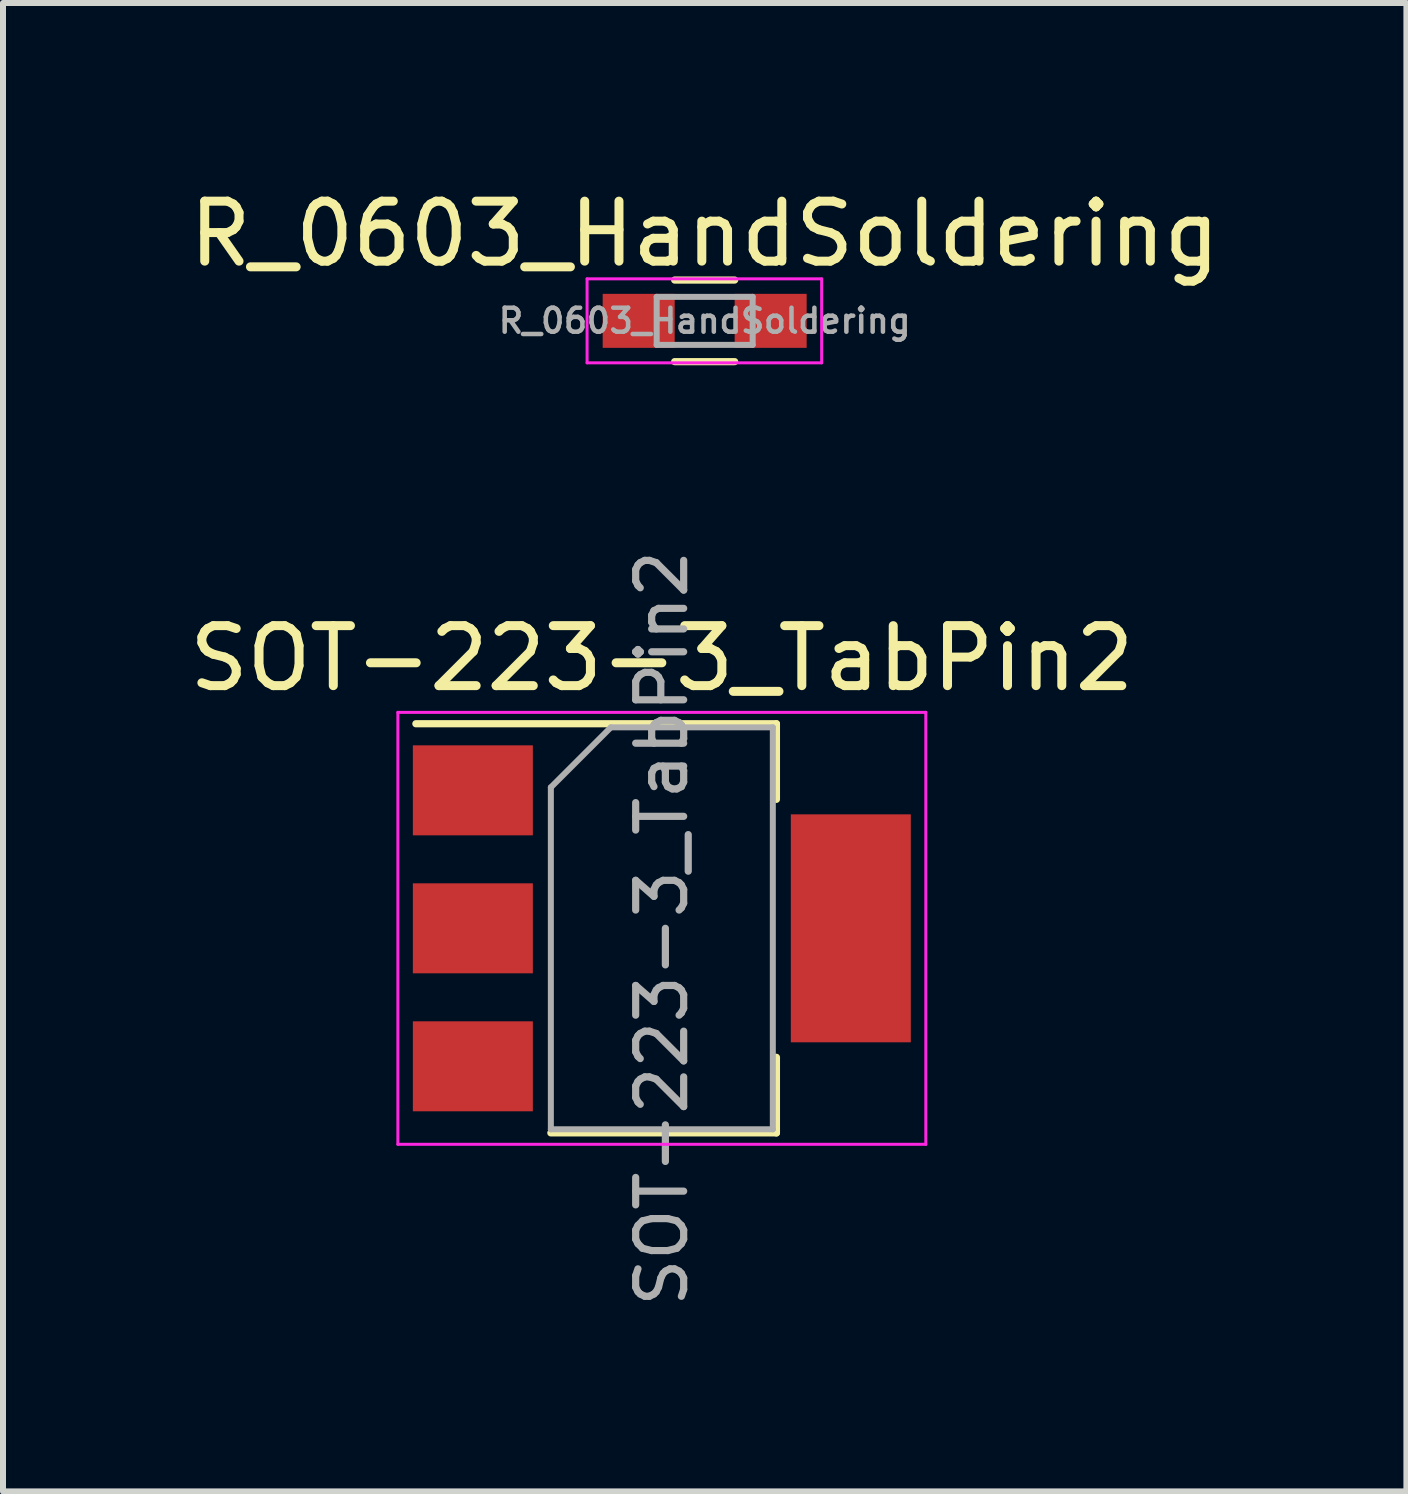
<source format=kicad_pcb>
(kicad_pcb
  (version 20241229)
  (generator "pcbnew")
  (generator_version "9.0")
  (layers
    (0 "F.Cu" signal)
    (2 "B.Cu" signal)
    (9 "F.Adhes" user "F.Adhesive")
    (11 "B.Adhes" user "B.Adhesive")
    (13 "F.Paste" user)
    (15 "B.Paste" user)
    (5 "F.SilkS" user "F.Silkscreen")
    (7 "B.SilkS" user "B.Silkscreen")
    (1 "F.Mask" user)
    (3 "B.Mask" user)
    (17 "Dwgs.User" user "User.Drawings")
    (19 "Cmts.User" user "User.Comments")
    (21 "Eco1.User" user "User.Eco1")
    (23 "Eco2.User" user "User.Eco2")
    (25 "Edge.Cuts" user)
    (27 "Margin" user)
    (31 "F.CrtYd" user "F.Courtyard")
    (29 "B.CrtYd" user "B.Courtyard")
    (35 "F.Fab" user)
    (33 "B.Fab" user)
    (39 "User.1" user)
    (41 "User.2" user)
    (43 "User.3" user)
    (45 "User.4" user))
  (footprint "SOT-223-3_TabPin2"
    (layer "F.Cu")
    (at 7.982 12.424)
    (property "Reference" "SOT-223-3_TabPin2" (at 0 -4.5 0) (layer "F.SilkS") (effects (font (size 1 1) (thickness 0.15))))
    (attr smd)
    (fp_line (start -4.1 -3.41) (end 1.91 -3.41) (stroke (width 0.12) (type solid)) (layer "F.SilkS"))
    (fp_line (start -1.85 3.41) (end 1.91 3.41) (stroke (width 0.12) (type solid)) (layer "F.SilkS"))
    (fp_line (start 1.91 -3.41) (end 1.91 -2.15) (stroke (width 0.12) (type solid)) (layer "F.SilkS"))
    (fp_line (start 1.91 3.41) (end 1.91 2.15) (stroke (width 0.12) (type solid)) (layer "F.SilkS"))
    (fp_line (start -4.4 -3.6) (end -4.4 3.6) (stroke (width 0.05) (type solid)) (layer "F.CrtYd"))
    (fp_line (start -4.4 3.6) (end 4.4 3.6) (stroke (width 0.05) (type solid)) (layer "F.CrtYd"))
    (fp_line (start 4.4 -3.6) (end -4.4 -3.6) (stroke (width 0.05) (type solid)) (layer "F.CrtYd"))
    (fp_line (start 4.4 3.6) (end 4.4 -3.6) (stroke (width 0.05) (type solid)) (layer "F.CrtYd"))
    (fp_line (start -1.85 -2.35) (end -1.85 3.35) (stroke (width 0.1) (type solid)) (layer "F.Fab"))
    (fp_line (start -1.85 -2.35) (end -0.85 -3.35) (stroke (width 0.1) (type solid)) (layer "F.Fab"))
    (fp_line (start -1.85 3.35) (end 1.85 3.35) (stroke (width 0.1) (type solid)) (layer "F.Fab"))
    (fp_line (start -0.85 -3.35) (end 1.85 -3.35) (stroke (width 0.1) (type solid)) (layer "F.Fab"))
    (fp_line (start 1.85 -3.35) (end 1.85 3.35) (stroke (width 0.1) (type solid)) (layer "F.Fab"))
    (fp_text user "${REFERENCE}" (at 0 0 90) (layer "F.Fab") (effects (font (size 0.8 0.8) (thickness 0.12))))
    (pad "1" smd rect (at -3.15 -2.3) (size 2 1.5) (layers "F.Cu" "F.Mask" "F.Paste"))
    (pad "2" smd rect (at -3.15 0) (size 2 1.5) (layers "F.Cu" "F.Mask" "F.Paste"))
    (pad "2" smd rect (at 3.15 0) (size 2 3.8) (layers "F.Cu" "F.Mask" "F.Paste"))
    (pad "3" smd rect (at -3.15 2.3) (size 2 1.5) (layers "F.Cu" "F.Mask" "F.Paste")))
  (footprint "R_0603_HandSoldering"
    (layer "F.Cu")
    (at 8.696 2.298)
    (property "Reference" "R_0603_HandSoldering" (at 0 -1.45 0) (layer "F.SilkS") (effects (font (size 1 1) (thickness 0.15))))
    (attr smd)
    (fp_line (start -0.5 -0.68) (end 0.5 -0.68) (stroke (width 0.12) (type solid)) (layer "F.SilkS"))
    (fp_line (start 0.5 0.68) (end -0.5 0.68) (stroke (width 0.12) (type solid)) (layer "F.SilkS"))
    (fp_line (start -1.96 -0.7) (end -1.96 0.7) (stroke (width 0.05) (type solid)) (layer "F.CrtYd"))
    (fp_line (start -1.96 -0.7) (end 1.95 -0.7) (stroke (width 0.05) (type solid)) (layer "F.CrtYd"))
    (fp_line (start 1.95 0.7) (end -1.96 0.7) (stroke (width 0.05) (type solid)) (layer "F.CrtYd"))
    (fp_line (start 1.95 0.7) (end 1.95 -0.7) (stroke (width 0.05) (type solid)) (layer "F.CrtYd"))
    (fp_line (start -0.8 -0.4) (end 0.8 -0.4) (stroke (width 0.1) (type solid)) (layer "F.Fab"))
    (fp_line (start -0.8 0.4) (end -0.8 -0.4) (stroke (width 0.1) (type solid)) (layer "F.Fab"))
    (fp_line (start 0.8 -0.4) (end 0.8 0.4) (stroke (width 0.1) (type solid)) (layer "F.Fab"))
    (fp_line (start 0.8 0.4) (end -0.8 0.4) (stroke (width 0.1) (type solid)) (layer "F.Fab"))
    (fp_text user "${REFERENCE}" (at 0 0 0) (layer "F.Fab") (effects (font (size 0.4 0.4) (thickness 0.075))))
    (pad "1" smd rect (at -1.1 0) (size 1.2 0.9) (layers "F.Cu" "F.Mask" "F.Paste"))
    (pad "2" smd rect (at 1.1 0) (size 1.2 0.9) (layers "F.Cu" "F.Mask" "F.Paste")))
  (gr_rect
    (start -3 -3)
    (end 20.393 21.81)
    (stroke (width 0.1) (type default))
    (fill no)
    (layer "Edge.Cuts")))
</source>
